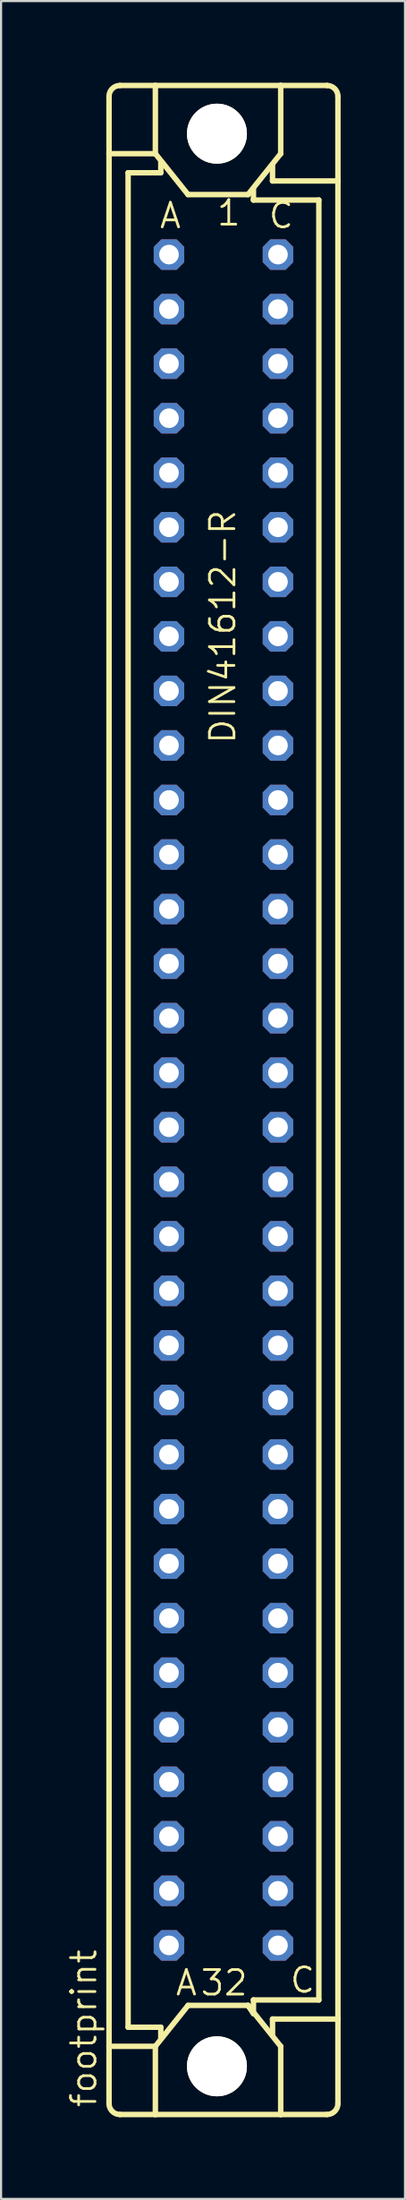
<source format=kicad_pcb>
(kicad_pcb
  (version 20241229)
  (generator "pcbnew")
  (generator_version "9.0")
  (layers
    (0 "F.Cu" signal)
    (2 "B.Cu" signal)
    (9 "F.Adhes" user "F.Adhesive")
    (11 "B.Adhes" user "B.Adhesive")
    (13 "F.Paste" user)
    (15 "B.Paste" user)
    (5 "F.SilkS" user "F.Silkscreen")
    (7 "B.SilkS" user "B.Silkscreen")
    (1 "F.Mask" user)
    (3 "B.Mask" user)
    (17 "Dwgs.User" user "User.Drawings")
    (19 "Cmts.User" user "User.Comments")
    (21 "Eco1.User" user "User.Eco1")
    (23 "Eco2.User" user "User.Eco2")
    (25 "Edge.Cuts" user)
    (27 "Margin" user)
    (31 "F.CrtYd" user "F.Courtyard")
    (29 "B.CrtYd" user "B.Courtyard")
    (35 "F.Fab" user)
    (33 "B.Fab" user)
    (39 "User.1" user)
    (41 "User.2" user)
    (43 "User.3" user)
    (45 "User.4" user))
  (footprint "footprint"
    (layer "F.Cu")
    (at 7.366 48.175)
    (property "Reference" "footprint" (at -5.842 46.99 90) (layer "F.SilkS") (effects (font (size 1.143 1.143) (thickness 0.127)) (justify left bottom)))
    (fp_line (start -5.334 -44.069) (end -5.334 -46.736) (stroke (width 0.254) (type solid)) (layer "F.SilkS"))
    (fp_line (start -5.334 -44.069) (end -3.175 -44.069) (stroke (width 0.254) (type solid)) (layer "F.SilkS"))
    (fp_line (start -5.334 44.069) (end -5.334 -44.069) (stroke (width 0.254) (type solid)) (layer "F.SilkS"))
    (fp_line (start -5.334 44.069) (end -3.175 44.069) (stroke (width 0.254) (type solid)) (layer "F.SilkS"))
    (fp_line (start -5.334 46.736) (end -5.334 44.069) (stroke (width 0.254) (type solid)) (layer "F.SilkS"))
    (fp_line (start -4.826 -47.244) (end -3.175 -47.244) (stroke (width 0.254) (type solid)) (layer "F.SilkS"))
    (fp_line (start -4.826 47.244) (end -3.175 47.244) (stroke (width 0.254) (type solid)) (layer "F.SilkS"))
    (fp_line (start -4.445 -43.18) (end -4.445 43.18) (stroke (width 0.254) (type solid)) (layer "F.SilkS"))
    (fp_line (start -4.445 43.18) (end -2.921 43.18) (stroke (width 0.254) (type solid)) (layer "F.SilkS"))
    (fp_line (start -3.175 -47.244) (end -3.175 -44.069) (stroke (width 0.254) (type solid)) (layer "F.SilkS"))
    (fp_line (start -3.175 47.244) (end -3.175 44.069) (stroke (width 0.254) (type solid)) (layer "F.SilkS"))
    (fp_line (start -3.175 47.244) (end 2.667 47.244) (stroke (width 0.254) (type solid)) (layer "F.SilkS"))
    (fp_line (start -2.921 -43.688) (end -2.921 -43.18) (stroke (width 0.254) (type solid)) (layer "F.SilkS"))
    (fp_line (start -2.921 -43.18) (end -4.445 -43.18) (stroke (width 0.254) (type solid)) (layer "F.SilkS"))
    (fp_line (start -2.921 43.18) (end -2.921 43.688) (stroke (width 0.254) (type solid)) (layer "F.SilkS"))
    (fp_line (start -1.651 -42.164) (end -3.175 -44.069) (stroke (width 0.254) (type solid)) (layer "F.SilkS"))
    (fp_line (start -1.651 42.164) (end -3.175 44.069) (stroke (width 0.254) (type solid)) (layer "F.SilkS"))
    (fp_line (start -1.651 42.164) (end 1.143 42.164) (stroke (width 0.254) (type solid)) (layer "F.SilkS"))
    (fp_line (start 1.143 -42.164) (end -1.651 -42.164) (stroke (width 0.254) (type solid)) (layer "F.SilkS"))
    (fp_line (start 1.143 -42.164) (end 2.667 -44.069) (stroke (width 0.254) (type solid)) (layer "F.SilkS"))
    (fp_line (start 1.143 42.164) (end 1.397 42.545) (stroke (width 0.254) (type solid)) (layer "F.SilkS"))
    (fp_line (start 1.143 42.164) (end 2.667 44.069) (stroke (width 0.254) (type solid)) (layer "F.SilkS"))
    (fp_line (start 1.397 -41.91) (end 1.397 -42.418) (stroke (width 0.254) (type solid)) (layer "F.SilkS"))
    (fp_line (start 1.397 41.91) (end 4.445 41.91) (stroke (width 0.254) (type solid)) (layer "F.SilkS"))
    (fp_line (start 1.397 42.545) (end 1.397 41.91) (stroke (width 0.254) (type solid)) (layer "F.SilkS"))
    (fp_line (start 2.286 -42.799) (end 2.286 -43.561) (stroke (width 0.254) (type solid)) (layer "F.SilkS"))
    (fp_line (start 2.286 42.799) (end 2.286 43.561) (stroke (width 0.254) (type solid)) (layer "F.SilkS"))
    (fp_line (start 2.286 42.799) (end 5.334 42.799) (stroke (width 0.254) (type solid)) (layer "F.SilkS"))
    (fp_line (start 2.667 -47.244) (end -3.175 -47.244) (stroke (width 0.254) (type solid)) (layer "F.SilkS"))
    (fp_line (start 2.667 -47.244) (end 2.667 -44.069) (stroke (width 0.254) (type solid)) (layer "F.SilkS"))
    (fp_line (start 2.667 47.244) (end 2.667 44.069) (stroke (width 0.254) (type solid)) (layer "F.SilkS"))
    (fp_line (start 2.667 47.244) (end 4.826 47.244) (stroke (width 0.254) (type solid)) (layer "F.SilkS"))
    (fp_line (start 4.445 -41.91) (end 1.397 -41.91) (stroke (width 0.254) (type solid)) (layer "F.SilkS"))
    (fp_line (start 4.445 41.91) (end 4.445 -41.91) (stroke (width 0.254) (type solid)) (layer "F.SilkS"))
    (fp_line (start 4.826 -47.244) (end 2.667 -47.244) (stroke (width 0.254) (type solid)) (layer "F.SilkS"))
    (fp_line (start 5.334 -42.799) (end 2.286 -42.799) (stroke (width 0.254) (type solid)) (layer "F.SilkS"))
    (fp_line (start 5.334 -42.799) (end 5.334 -46.736) (stroke (width 0.254) (type solid)) (layer "F.SilkS"))
    (fp_line (start 5.334 42.799) (end 5.334 -42.799) (stroke (width 0.254) (type solid)) (layer "F.SilkS"))
    (fp_line (start 5.334 46.736) (end 5.334 42.799) (stroke (width 0.254) (type solid)) (layer "F.SilkS"))
    (fp_arc (start -5.334 -46.736) (mid -5.18521 -47.09521) (end -4.826 -47.244) (stroke (width 0.254) (type solid)) (layer "F.SilkS"))
    (fp_arc (start -4.826 47.244) (mid -5.18521 47.09521) (end -5.334 46.736) (stroke (width 0.254) (type solid)) (layer "F.SilkS"))
    (fp_arc (start 4.826 -47.244) (mid 5.18521 -47.09521) (end 5.334 -46.736) (stroke (width 0.254) (type solid)) (layer "F.SilkS"))
    (fp_arc (start 5.334 46.736) (mid 5.18521 47.09521) (end 4.826 47.244) (stroke (width 0.254) (type solid)) (layer "F.SilkS"))
    (fp_circle (center -0.305 -45) (end 0.965 -45) (stroke (width 0.254) (type solid)) (fill no) (layer "F.SilkS"))
    (fp_circle (center -0.305 45) (end 0.965 45) (stroke (width 0.254) (type solid)) (fill no) (layer "F.SilkS"))
    (fp_text user " C " (at 2.159 41.656 0) (layer "F.SilkS") (effects (font (size 1.143 1.143) (thickness 0.127)) (justify left bottom)))
    (fp_text user "A" (at -3.048 -40.513 0) (layer "F.SilkS") (effects (font (size 1.143 1.143) (thickness 0.127)) (justify left bottom)))
    (fp_text user "DIN41612-R" (at 0.635 -16.51 90) (layer "F.SilkS") (effects (font (size 1.143 1.143) (thickness 0.127)) (justify left bottom)))
    (fp_text user "C" (at 2.032 -40.513 0) (layer "F.SilkS") (effects (font (size 1.143 1.143) (thickness 0.127)) (justify left bottom)))
    (fp_text user "1" (at -0.381 -40.64 0) (layer "F.SilkS") (effects (font (size 1.143 1.143) (thickness 0.127)) (justify left bottom)))
    (fp_text user "32" (at -1.143 41.783 0) (layer "F.SilkS") (effects (font (size 1.143 1.143) (thickness 0.127)) (justify left bottom)))
    (fp_text user " A " (at -3.175 41.783 0) (layer "F.SilkS") (effects (font (size 1.143 1.143) (thickness 0.127)) (justify left bottom)))
    (pad "" np_thru_hole circle (at -0.305 -45) (size 2.794 2.794) (drill 2.794) (layers "*.Cu" "*.Mask"))
    (pad "" np_thru_hole circle (at -0.305 45) (size 2.794 2.794) (drill 2.794) (layers "*.Cu" "*.Mask"))
    (pad "A1" thru_hole roundrect (at -2.54 -39.37) (size 1.422 1.422) (drill 0.914) (layers "*.Cu" "*.Mask") (roundrect_rratio 0.25) (chamfer_ratio 0.25) (chamfer top_left top_right bottom_left bottom_right))
    (pad "A2" thru_hole roundrect (at -2.54 -36.83) (size 1.422 1.422) (drill 0.914) (layers "*.Cu" "*.Mask") (roundrect_rratio 0.25) (chamfer_ratio 0.25) (chamfer top_left top_right bottom_left bottom_right))
    (pad "A3" thru_hole roundrect (at -2.54 -34.29) (size 1.422 1.422) (drill 0.914) (layers "*.Cu" "*.Mask") (roundrect_rratio 0.25) (chamfer_ratio 0.25) (chamfer top_left top_right bottom_left bottom_right))
    (pad "A4" thru_hole roundrect (at -2.54 -31.75) (size 1.422 1.422) (drill 0.914) (layers "*.Cu" "*.Mask") (roundrect_rratio 0.25) (chamfer_ratio 0.25) (chamfer top_left top_right bottom_left bottom_right))
    (pad "A5" thru_hole roundrect (at -2.54 -29.21) (size 1.422 1.422) (drill 0.914) (layers "*.Cu" "*.Mask") (roundrect_rratio 0.25) (chamfer_ratio 0.25) (chamfer top_left top_right bottom_left bottom_right))
    (pad "A6" thru_hole roundrect (at -2.54 -26.67) (size 1.422 1.422) (drill 0.914) (layers "*.Cu" "*.Mask") (roundrect_rratio 0.25) (chamfer_ratio 0.25) (chamfer top_left top_right bottom_left bottom_right))
    (pad "A7" thru_hole roundrect (at -2.54 -24.13) (size 1.422 1.422) (drill 0.914) (layers "*.Cu" "*.Mask") (roundrect_rratio 0.25) (chamfer_ratio 0.25) (chamfer top_left top_right bottom_left bottom_right))
    (pad "A8" thru_hole roundrect (at -2.54 -21.59) (size 1.422 1.422) (drill 0.914) (layers "*.Cu" "*.Mask") (roundrect_rratio 0.25) (chamfer_ratio 0.25) (chamfer top_left top_right bottom_left bottom_right))
    (pad "A9" thru_hole roundrect (at -2.54 -19.05) (size 1.422 1.422) (drill 0.914) (layers "*.Cu" "*.Mask") (roundrect_rratio 0.25) (chamfer_ratio 0.25) (chamfer top_left top_right bottom_left bottom_right))
    (pad "A10" thru_hole roundrect (at -2.54 -16.51) (size 1.422 1.422) (drill 0.914) (layers "*.Cu" "*.Mask") (roundrect_rratio 0.25) (chamfer_ratio 0.25) (chamfer top_left top_right bottom_left bottom_right))
    (pad "A11" thru_hole roundrect (at -2.54 -13.97) (size 1.422 1.422) (drill 0.914) (layers "*.Cu" "*.Mask") (roundrect_rratio 0.25) (chamfer_ratio 0.25) (chamfer top_left top_right bottom_left bottom_right))
    (pad "A12" thru_hole roundrect (at -2.54 -11.43) (size 1.422 1.422) (drill 0.914) (layers "*.Cu" "*.Mask") (roundrect_rratio 0.25) (chamfer_ratio 0.25) (chamfer top_left top_right bottom_left bottom_right))
    (pad "A13" thru_hole roundrect (at -2.54 -8.89) (size 1.422 1.422) (drill 0.914) (layers "*.Cu" "*.Mask") (roundrect_rratio 0.25) (chamfer_ratio 0.25) (chamfer top_left top_right bottom_left bottom_right))
    (pad "A14" thru_hole roundrect (at -2.54 -6.35) (size 1.422 1.422) (drill 0.914) (layers "*.Cu" "*.Mask") (roundrect_rratio 0.25) (chamfer_ratio 0.25) (chamfer top_left top_right bottom_left bottom_right))
    (pad "A15" thru_hole roundrect (at -2.54 -3.81) (size 1.422 1.422) (drill 0.914) (layers "*.Cu" "*.Mask") (roundrect_rratio 0.25) (chamfer_ratio 0.25) (chamfer top_left top_right bottom_left bottom_right))
    (pad "A16" thru_hole roundrect (at -2.54 -1.27) (size 1.422 1.422) (drill 0.914) (layers "*.Cu" "*.Mask") (roundrect_rratio 0.25) (chamfer_ratio 0.25) (chamfer top_left top_right bottom_left bottom_right))
    (pad "A17" thru_hole roundrect (at -2.54 1.27) (size 1.422 1.422) (drill 0.914) (layers "*.Cu" "*.Mask") (roundrect_rratio 0.25) (chamfer_ratio 0.25) (chamfer top_left top_right bottom_left bottom_right))
    (pad "A18" thru_hole roundrect (at -2.54 3.81) (size 1.422 1.422) (drill 0.914) (layers "*.Cu" "*.Mask") (roundrect_rratio 0.25) (chamfer_ratio 0.25) (chamfer top_left top_right bottom_left bottom_right))
    (pad "A19" thru_hole roundrect (at -2.54 6.35) (size 1.422 1.422) (drill 0.914) (layers "*.Cu" "*.Mask") (roundrect_rratio 0.25) (chamfer_ratio 0.25) (chamfer top_left top_right bottom_left bottom_right))
    (pad "A20" thru_hole roundrect (at -2.54 8.89) (size 1.422 1.422) (drill 0.914) (layers "*.Cu" "*.Mask") (roundrect_rratio 0.25) (chamfer_ratio 0.25) (chamfer top_left top_right bottom_left bottom_right))
    (pad "A21" thru_hole roundrect (at -2.54 11.43) (size 1.422 1.422) (drill 0.914) (layers "*.Cu" "*.Mask") (roundrect_rratio 0.25) (chamfer_ratio 0.25) (chamfer top_left top_right bottom_left bottom_right))
    (pad "A22" thru_hole roundrect (at -2.54 13.97) (size 1.422 1.422) (drill 0.914) (layers "*.Cu" "*.Mask") (roundrect_rratio 0.25) (chamfer_ratio 0.25) (chamfer top_left top_right bottom_left bottom_right))
    (pad "A23" thru_hole roundrect (at -2.54 16.51) (size 1.422 1.422) (drill 0.914) (layers "*.Cu" "*.Mask") (roundrect_rratio 0.25) (chamfer_ratio 0.25) (chamfer top_left top_right bottom_left bottom_right))
    (pad "A24" thru_hole roundrect (at -2.54 19.05) (size 1.422 1.422) (drill 0.914) (layers "*.Cu" "*.Mask") (roundrect_rratio 0.25) (chamfer_ratio 0.25) (chamfer top_left top_right bottom_left bottom_right))
    (pad "A25" thru_hole roundrect (at -2.54 21.59) (size 1.422 1.422) (drill 0.914) (layers "*.Cu" "*.Mask") (roundrect_rratio 0.25) (chamfer_ratio 0.25) (chamfer top_left top_right bottom_left bottom_right))
    (pad "A26" thru_hole roundrect (at -2.54 24.13) (size 1.422 1.422) (drill 0.914) (layers "*.Cu" "*.Mask") (roundrect_rratio 0.25) (chamfer_ratio 0.25) (chamfer top_left top_right bottom_left bottom_right))
    (pad "A27" thru_hole roundrect (at -2.54 26.67) (size 1.422 1.422) (drill 0.914) (layers "*.Cu" "*.Mask") (roundrect_rratio 0.25) (chamfer_ratio 0.25) (chamfer top_left top_right bottom_left bottom_right))
    (pad "A28" thru_hole roundrect (at -2.54 29.21) (size 1.422 1.422) (drill 0.914) (layers "*.Cu" "*.Mask") (roundrect_rratio 0.25) (chamfer_ratio 0.25) (chamfer top_left top_right bottom_left bottom_right))
    (pad "A29" thru_hole roundrect (at -2.54 31.75) (size 1.422 1.422) (drill 0.914) (layers "*.Cu" "*.Mask") (roundrect_rratio 0.25) (chamfer_ratio 0.25) (chamfer top_left top_right bottom_left bottom_right))
    (pad "A30" thru_hole roundrect (at -2.54 34.29) (size 1.422 1.422) (drill 0.914) (layers "*.Cu" "*.Mask") (roundrect_rratio 0.25) (chamfer_ratio 0.25) (chamfer top_left top_right bottom_left bottom_right))
    (pad "A31" thru_hole roundrect (at -2.54 36.83) (size 1.422 1.422) (drill 0.914) (layers "*.Cu" "*.Mask") (roundrect_rratio 0.25) (chamfer_ratio 0.25) (chamfer top_left top_right bottom_left bottom_right))
    (pad "A32" thru_hole roundrect (at -2.54 39.37) (size 1.422 1.422) (drill 0.914) (layers "*.Cu" "*.Mask") (roundrect_rratio 0.25) (chamfer_ratio 0.25) (chamfer top_left top_right bottom_left bottom_right))
    (pad "C1" thru_hole roundrect (at 2.54 -39.37) (size 1.422 1.422) (drill 0.914) (layers "*.Cu" "*.Mask") (roundrect_rratio 0.25) (chamfer_ratio 0.25) (chamfer top_left top_right bottom_left bottom_right))
    (pad "C2" thru_hole roundrect (at 2.54 -36.83) (size 1.422 1.422) (drill 0.914) (layers "*.Cu" "*.Mask") (roundrect_rratio 0.25) (chamfer_ratio 0.25) (chamfer top_left top_right bottom_left bottom_right))
    (pad "C3" thru_hole roundrect (at 2.54 -34.29) (size 1.422 1.422) (drill 0.914) (layers "*.Cu" "*.Mask") (roundrect_rratio 0.25) (chamfer_ratio 0.25) (chamfer top_left top_right bottom_left bottom_right))
    (pad "C4" thru_hole roundrect (at 2.54 -31.75) (size 1.422 1.422) (drill 0.914) (layers "*.Cu" "*.Mask") (roundrect_rratio 0.25) (chamfer_ratio 0.25) (chamfer top_left top_right bottom_left bottom_right))
    (pad "C5" thru_hole roundrect (at 2.54 -29.21) (size 1.422 1.422) (drill 0.914) (layers "*.Cu" "*.Mask") (roundrect_rratio 0.25) (chamfer_ratio 0.25) (chamfer top_left top_right bottom_left bottom_right))
    (pad "C6" thru_hole roundrect (at 2.54 -26.67) (size 1.422 1.422) (drill 0.914) (layers "*.Cu" "*.Mask") (roundrect_rratio 0.25) (chamfer_ratio 0.25) (chamfer top_left top_right bottom_left bottom_right))
    (pad "C7" thru_hole roundrect (at 2.54 -24.13) (size 1.422 1.422) (drill 0.914) (layers "*.Cu" "*.Mask") (roundrect_rratio 0.25) (chamfer_ratio 0.25) (chamfer top_left top_right bottom_left bottom_right))
    (pad "C8" thru_hole roundrect (at 2.54 -21.59) (size 1.422 1.422) (drill 0.914) (layers "*.Cu" "*.Mask") (roundrect_rratio 0.25) (chamfer_ratio 0.25) (chamfer top_left top_right bottom_left bottom_right))
    (pad "C9" thru_hole roundrect (at 2.54 -19.05) (size 1.422 1.422) (drill 0.914) (layers "*.Cu" "*.Mask") (roundrect_rratio 0.25) (chamfer_ratio 0.25) (chamfer top_left top_right bottom_left bottom_right))
    (pad "C10" thru_hole roundrect (at 2.54 -16.51) (size 1.422 1.422) (drill 0.914) (layers "*.Cu" "*.Mask") (roundrect_rratio 0.25) (chamfer_ratio 0.25) (chamfer top_left top_right bottom_left bottom_right))
    (pad "C11" thru_hole roundrect (at 2.54 -13.97) (size 1.422 1.422) (drill 0.914) (layers "*.Cu" "*.Mask") (roundrect_rratio 0.25) (chamfer_ratio 0.25) (chamfer top_left top_right bottom_left bottom_right))
    (pad "C12" thru_hole roundrect (at 2.54 -11.43) (size 1.422 1.422) (drill 0.914) (layers "*.Cu" "*.Mask") (roundrect_rratio 0.25) (chamfer_ratio 0.25) (chamfer top_left top_right bottom_left bottom_right))
    (pad "C13" thru_hole roundrect (at 2.54 -8.89) (size 1.422 1.422) (drill 0.914) (layers "*.Cu" "*.Mask") (roundrect_rratio 0.25) (chamfer_ratio 0.25) (chamfer top_left top_right bottom_left bottom_right))
    (pad "C14" thru_hole roundrect (at 2.54 -6.35) (size 1.422 1.422) (drill 0.914) (layers "*.Cu" "*.Mask") (roundrect_rratio 0.25) (chamfer_ratio 0.25) (chamfer top_left top_right bottom_left bottom_right))
    (pad "C15" thru_hole roundrect (at 2.54 -3.81) (size 1.422 1.422) (drill 0.914) (layers "*.Cu" "*.Mask") (roundrect_rratio 0.25) (chamfer_ratio 0.25) (chamfer top_left top_right bottom_left bottom_right))
    (pad "C16" thru_hole roundrect (at 2.54 -1.27) (size 1.422 1.422) (drill 0.914) (layers "*.Cu" "*.Mask") (roundrect_rratio 0.25) (chamfer_ratio 0.25) (chamfer top_left top_right bottom_left bottom_right))
    (pad "C17" thru_hole roundrect (at 2.54 1.27) (size 1.422 1.422) (drill 0.914) (layers "*.Cu" "*.Mask") (roundrect_rratio 0.25) (chamfer_ratio 0.25) (chamfer top_left top_right bottom_left bottom_right))
    (pad "C18" thru_hole roundrect (at 2.54 3.81) (size 1.422 1.422) (drill 0.914) (layers "*.Cu" "*.Mask") (roundrect_rratio 0.25) (chamfer_ratio 0.25) (chamfer top_left top_right bottom_left bottom_right))
    (pad "C19" thru_hole roundrect (at 2.54 6.35) (size 1.422 1.422) (drill 0.914) (layers "*.Cu" "*.Mask") (roundrect_rratio 0.25) (chamfer_ratio 0.25) (chamfer top_left top_right bottom_left bottom_right))
    (pad "C20" thru_hole roundrect (at 2.54 8.89) (size 1.422 1.422) (drill 0.914) (layers "*.Cu" "*.Mask") (roundrect_rratio 0.25) (chamfer_ratio 0.25) (chamfer top_left top_right bottom_left bottom_right))
    (pad "C21" thru_hole roundrect (at 2.54 11.43) (size 1.422 1.422) (drill 0.914) (layers "*.Cu" "*.Mask") (roundrect_rratio 0.25) (chamfer_ratio 0.25) (chamfer top_left top_right bottom_left bottom_right))
    (pad "C22" thru_hole roundrect (at 2.54 13.97) (size 1.422 1.422) (drill 0.914) (layers "*.Cu" "*.Mask") (roundrect_rratio 0.25) (chamfer_ratio 0.25) (chamfer top_left top_right bottom_left bottom_right))
    (pad "C23" thru_hole roundrect (at 2.54 16.51) (size 1.422 1.422) (drill 0.914) (layers "*.Cu" "*.Mask") (roundrect_rratio 0.25) (chamfer_ratio 0.25) (chamfer top_left top_right bottom_left bottom_right))
    (pad "C24" thru_hole roundrect (at 2.54 19.05) (size 1.422 1.422) (drill 0.914) (layers "*.Cu" "*.Mask") (roundrect_rratio 0.25) (chamfer_ratio 0.25) (chamfer top_left top_right bottom_left bottom_right))
    (pad "C25" thru_hole roundrect (at 2.54 21.59) (size 1.422 1.422) (drill 0.914) (layers "*.Cu" "*.Mask") (roundrect_rratio 0.25) (chamfer_ratio 0.25) (chamfer top_left top_right bottom_left bottom_right))
    (pad "C26" thru_hole roundrect (at 2.54 24.13) (size 1.422 1.422) (drill 0.914) (layers "*.Cu" "*.Mask") (roundrect_rratio 0.25) (chamfer_ratio 0.25) (chamfer top_left top_right bottom_left bottom_right))
    (pad "C27" thru_hole roundrect (at 2.54 26.67) (size 1.422 1.422) (drill 0.914) (layers "*.Cu" "*.Mask") (roundrect_rratio 0.25) (chamfer_ratio 0.25) (chamfer top_left top_right bottom_left bottom_right))
    (pad "C28" thru_hole roundrect (at 2.54 29.21) (size 1.422 1.422) (drill 0.914) (layers "*.Cu" "*.Mask") (roundrect_rratio 0.25) (chamfer_ratio 0.25) (chamfer top_left top_right bottom_left bottom_right))
    (pad "C29" thru_hole roundrect (at 2.54 31.75) (size 1.422 1.422) (drill 0.914) (layers "*.Cu" "*.Mask") (roundrect_rratio 0.25) (chamfer_ratio 0.25) (chamfer top_left top_right bottom_left bottom_right))
    (pad "C30" thru_hole roundrect (at 2.54 34.29) (size 1.422 1.422) (drill 0.914) (layers "*.Cu" "*.Mask") (roundrect_rratio 0.25) (chamfer_ratio 0.25) (chamfer top_left top_right bottom_left bottom_right))
    (pad "C31" thru_hole roundrect (at 2.54 36.83) (size 1.422 1.422) (drill 0.914) (layers "*.Cu" "*.Mask") (roundrect_rratio 0.25) (chamfer_ratio 0.25) (chamfer top_left top_right bottom_left bottom_right))
    (pad "C32" thru_hole roundrect (at 2.54 39.37) (size 1.422 1.422) (drill 0.914) (layers "*.Cu" "*.Mask") (roundrect_rratio 0.25) (chamfer_ratio 0.25) (chamfer top_left top_right bottom_left bottom_right))
    (zone (net_name "") (layers "F.Cu" "B.Cu") (hatch edge 0.508) (connect_pads) (min_thickness 0.254) (filled_areas_thickness no) (keepout (tracks allowed) (vias not_allowed) (pads allowed) (copperpour allowed) (footprints allowed)) (placement (enabled no)) (fill) (polygon (pts (xy 10.236 3.175) (xy 10.188 2.624) (xy 10.045 2.089) (xy 9.811 1.587) (xy 9.493 1.134) (xy 9.102 0.743) (xy 8.649 0.425) (xy 8.147 0.191) (xy 7.613 0.048) (xy 7.061 0) (xy 6.51 0.048) (xy 5.975 0.191) (xy 5.474 0.425) (xy 5.02 0.743) (xy 4.629 1.134) (xy 4.312 1.587) (xy 4.078 2.089) (xy 3.934 2.624) (xy 3.886 3.175) (xy 3.934 3.726) (xy 4.078 4.261) (xy 4.312 4.763) (xy 4.629 5.216) (xy 5.02 5.607) (xy 5.474 5.925) (xy 5.975 6.159) (xy 6.51 6.302) (xy 7.061 6.35) (xy 7.613 6.302) (xy 8.147 6.159) (xy 8.649 5.925) (xy 9.102 5.607) (xy 9.493 5.216) (xy 9.811 4.763) (xy 10.045 4.261) (xy 10.188 3.726))) (polygon (pts (xy 8.458 3.175) (xy 8.437 2.932) (xy 8.374 2.697) (xy 8.271 2.477) (xy 8.131 2.277) (xy 7.959 2.105) (xy 7.76 1.965) (xy 7.539 1.862) (xy 7.304 1.799) (xy 7.061 1.778) (xy 6.819 1.799) (xy 6.583 1.862) (xy 6.363 1.965) (xy 6.163 2.105) (xy 5.991 2.277) (xy 5.851 2.477) (xy 5.748 2.697) (xy 5.685 2.932) (xy 5.664 3.175) (xy 5.685 3.418) (xy 5.748 3.653) (xy 5.851 3.873) (xy 5.991 4.073) (xy 6.163 4.245) (xy 6.363 4.385) (xy 6.583 4.488) (xy 6.819 4.551) (xy 7.061 4.572) (xy 7.304 4.551) (xy 7.539 4.488) (xy 7.76 4.385) (xy 7.959 4.245) (xy 8.131 4.073) (xy 8.271 3.873) (xy 8.374 3.653) (xy 8.437 3.418))))
    (zone (net_name "") (layers "F.Cu" "B.Cu") (hatch edge 0.508) (connect_pads) (min_thickness 0.254) (filled_areas_thickness no) (keepout (tracks allowed) (vias not_allowed) (pads allowed) (copperpour allowed) (footprints allowed)) (placement (enabled no)) (fill) (polygon (pts (xy 10.236 93.175) (xy 10.188 92.623) (xy 10.045 92.089) (xy 9.811 91.587) (xy 9.493 91.134) (xy 9.102 90.743) (xy 8.649 90.425) (xy 8.147 90.191) (xy 7.613 90.048) (xy 7.061 90) (xy 6.51 90.048) (xy 5.975 90.191) (xy 5.474 90.425) (xy 5.02 90.743) (xy 4.629 91.134) (xy 4.312 91.587) (xy 4.078 92.089) (xy 3.934 92.623) (xy 3.886 93.175) (xy 3.934 93.726) (xy 4.078 94.261) (xy 4.312 94.762) (xy 4.629 95.216) (xy 5.02 95.607) (xy 5.474 95.924) (xy 5.975 96.158) (xy 6.51 96.302) (xy 7.061 96.35) (xy 7.613 96.302) (xy 8.147 96.158) (xy 8.649 95.924) (xy 9.102 95.607) (xy 9.493 95.216) (xy 9.811 94.762) (xy 10.045 94.261) (xy 10.188 93.726))) (polygon (pts (xy 8.458 93.175) (xy 8.437 92.932) (xy 8.374 92.697) (xy 8.271 92.476) (xy 8.131 92.277) (xy 7.959 92.105) (xy 7.76 91.965) (xy 7.539 91.862) (xy 7.304 91.799) (xy 7.061 91.778) (xy 6.819 91.799) (xy 6.583 91.862) (xy 6.363 91.965) (xy 6.163 92.105) (xy 5.991 92.277) (xy 5.851 92.476) (xy 5.748 92.697) (xy 5.685 92.932) (xy 5.664 93.175) (xy 5.685 93.417) (xy 5.748 93.653) (xy 5.851 93.873) (xy 5.991 94.073) (xy 6.163 94.245) (xy 6.363 94.385) (xy 6.583 94.488) (xy 6.819 94.551) (xy 7.061 94.572) (xy 7.304 94.551) (xy 7.539 94.488) (xy 7.76 94.385) (xy 7.959 94.245) (xy 8.131 94.073) (xy 8.271 93.873) (xy 8.374 93.653) (xy 8.437 93.417))))
    (zone (net_name "") (layer "B.Cu") (hatch edge 0.508) (connect_pads) (min_thickness 0.254) (filled_areas_thickness no) (keepout (tracks not_allowed) (vias not_allowed) (pads not_allowed) (copperpour not_allowed) (footprints allowed)) (placement (enabled no)) (fill) (polygon (pts (xy 10.236 3.175) (xy 10.188 2.624) (xy 10.045 2.089) (xy 9.811 1.587) (xy 9.493 1.134) (xy 9.102 0.743) (xy 8.649 0.425) (xy 8.147 0.191) (xy 7.613 0.048) (xy 7.061 0) (xy 6.51 0.048) (xy 5.975 0.191) (xy 5.474 0.425) (xy 5.02 0.743) (xy 4.629 1.134) (xy 4.312 1.587) (xy 4.078 2.089) (xy 3.934 2.624) (xy 3.886 3.175) (xy 3.934 3.726) (xy 4.078 4.261) (xy 4.312 4.763) (xy 4.629 5.216) (xy 5.02 5.607) (xy 5.474 5.925) (xy 5.975 6.159) (xy 6.51 6.302) (xy 7.061 6.35) (xy 7.613 6.302) (xy 8.147 6.159) (xy 8.649 5.925) (xy 9.102 5.607) (xy 9.493 5.216) (xy 9.811 4.763) (xy 10.045 4.261) (xy 10.188 3.726))) (polygon (pts (xy 8.458 3.175) (xy 8.437 2.932) (xy 8.374 2.697) (xy 8.271 2.477) (xy 8.131 2.277) (xy 7.959 2.105) (xy 7.76 1.965) (xy 7.539 1.862) (xy 7.304 1.799) (xy 7.061 1.778) (xy 6.819 1.799) (xy 6.583 1.862) (xy 6.363 1.965) (xy 6.163 2.105) (xy 5.991 2.277) (xy 5.851 2.477) (xy 5.748 2.697) (xy 5.685 2.932) (xy 5.664 3.175) (xy 5.685 3.418) (xy 5.748 3.653) (xy 5.851 3.873) (xy 5.991 4.073) (xy 6.163 4.245) (xy 6.363 4.385) (xy 6.583 4.488) (xy 6.819 4.551) (xy 7.061 4.572) (xy 7.304 4.551) (xy 7.539 4.488) (xy 7.76 4.385) (xy 7.959 4.245) (xy 8.131 4.073) (xy 8.271 3.873) (xy 8.374 3.653) (xy 8.437 3.418))))
    (zone (net_name "") (layer "B.Cu") (hatch edge 0.508) (connect_pads) (min_thickness 0.254) (filled_areas_thickness no) (keepout (tracks not_allowed) (vias not_allowed) (pads not_allowed) (copperpour not_allowed) (footprints allowed)) (placement (enabled no)) (fill) (polygon (pts (xy 10.236 93.175) (xy 10.188 92.623) (xy 10.045 92.089) (xy 9.811 91.587) (xy 9.493 91.134) (xy 9.102 90.743) (xy 8.649 90.425) (xy 8.147 90.191) (xy 7.613 90.048) (xy 7.061 90) (xy 6.51 90.048) (xy 5.975 90.191) (xy 5.474 90.425) (xy 5.02 90.743) (xy 4.629 91.134) (xy 4.312 91.587) (xy 4.078 92.089) (xy 3.934 92.623) (xy 3.886 93.175) (xy 3.934 93.726) (xy 4.078 94.261) (xy 4.312 94.762) (xy 4.629 95.216) (xy 5.02 95.607) (xy 5.474 95.924) (xy 5.975 96.158) (xy 6.51 96.302) (xy 7.061 96.35) (xy 7.613 96.302) (xy 8.147 96.158) (xy 8.649 95.924) (xy 9.102 95.607) (xy 9.493 95.216) (xy 9.811 94.762) (xy 10.045 94.261) (xy 10.188 93.726))) (polygon (pts (xy 8.458 93.175) (xy 8.437 92.932) (xy 8.374 92.697) (xy 8.271 92.476) (xy 8.131 92.277) (xy 7.959 92.105) (xy 7.76 91.965) (xy 7.539 91.862) (xy 7.304 91.799) (xy 7.061 91.778) (xy 6.819 91.799) (xy 6.583 91.862) (xy 6.363 91.965) (xy 6.163 92.105) (xy 5.991 92.277) (xy 5.851 92.476) (xy 5.748 92.697) (xy 5.685 92.932) (xy 5.664 93.175) (xy 5.685 93.417) (xy 5.748 93.653) (xy 5.851 93.873) (xy 5.991 94.073) (xy 6.163 94.245) (xy 6.363 94.385) (xy 6.583 94.488) (xy 6.819 94.551) (xy 7.061 94.572) (xy 7.304 94.551) (xy 7.539 94.488) (xy 7.76 94.385) (xy 7.959 94.245) (xy 8.131 94.073) (xy 8.271 93.873) (xy 8.374 93.653) (xy 8.437 93.417)))))
  (gr_rect
    (start -3 -3)
    (end 15.827 99.35)
    (stroke (width 0.1) (type default))
    (fill no)
    (layer "Edge.Cuts")))
</source>
